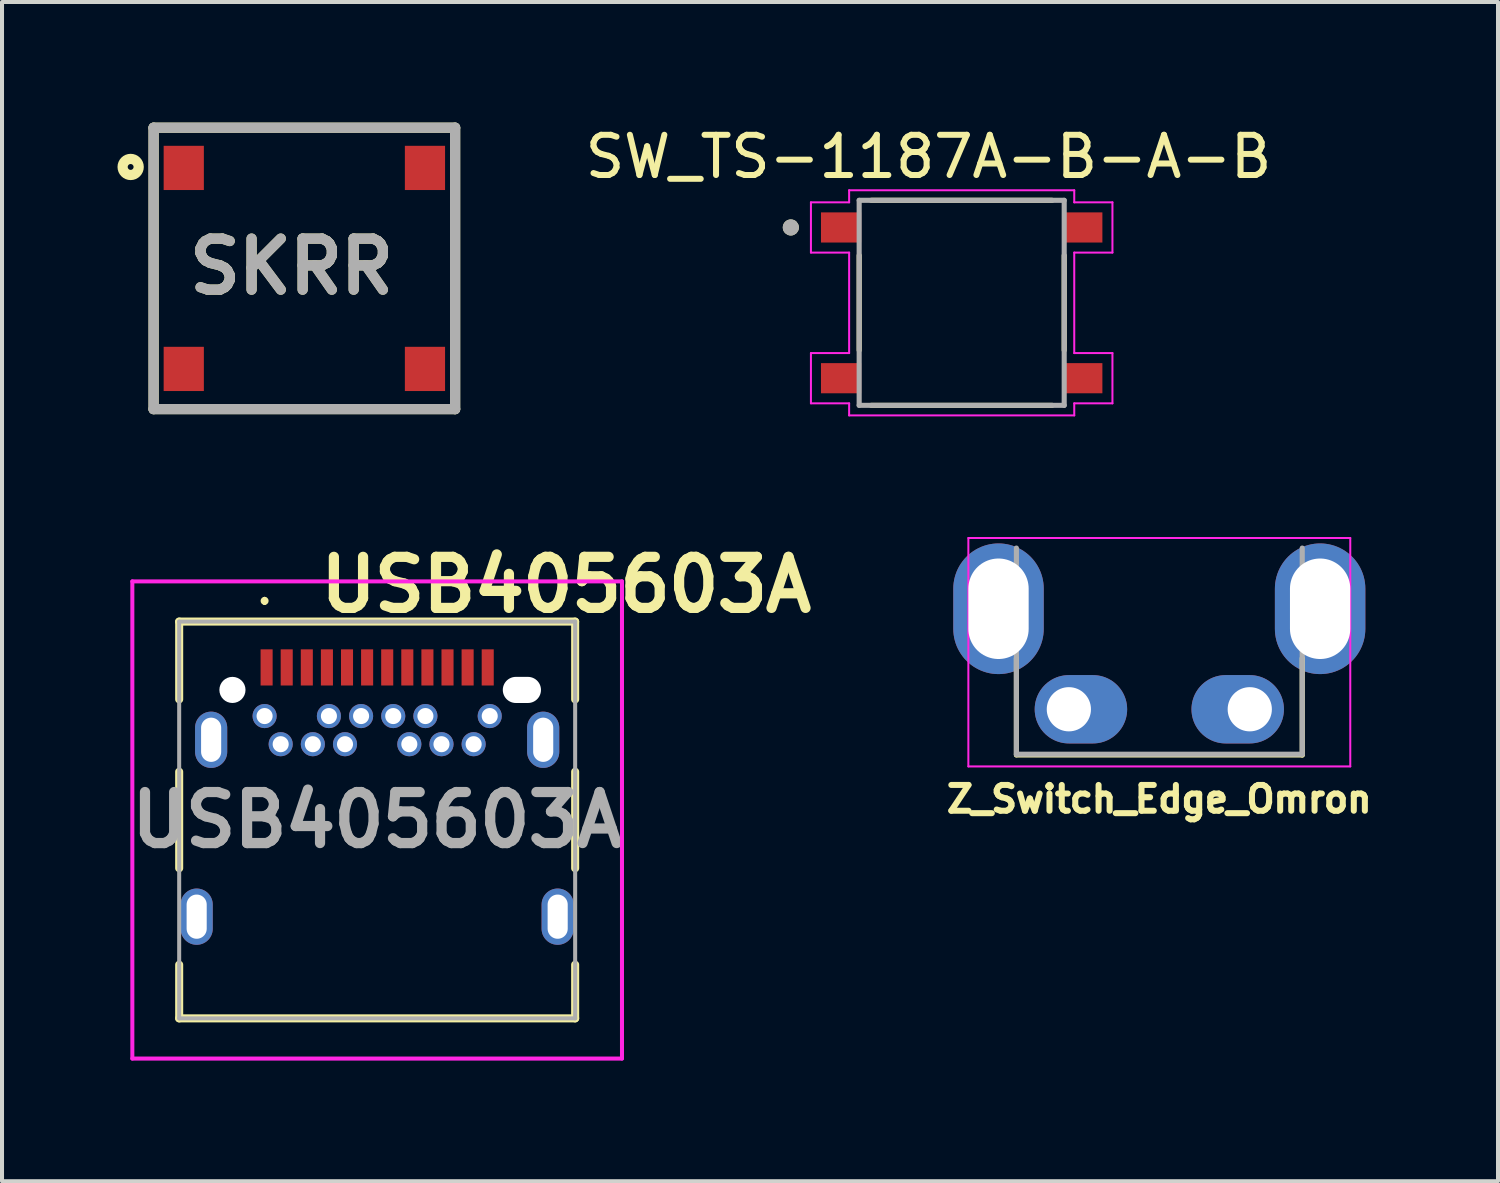
<source format=kicad_pcb>
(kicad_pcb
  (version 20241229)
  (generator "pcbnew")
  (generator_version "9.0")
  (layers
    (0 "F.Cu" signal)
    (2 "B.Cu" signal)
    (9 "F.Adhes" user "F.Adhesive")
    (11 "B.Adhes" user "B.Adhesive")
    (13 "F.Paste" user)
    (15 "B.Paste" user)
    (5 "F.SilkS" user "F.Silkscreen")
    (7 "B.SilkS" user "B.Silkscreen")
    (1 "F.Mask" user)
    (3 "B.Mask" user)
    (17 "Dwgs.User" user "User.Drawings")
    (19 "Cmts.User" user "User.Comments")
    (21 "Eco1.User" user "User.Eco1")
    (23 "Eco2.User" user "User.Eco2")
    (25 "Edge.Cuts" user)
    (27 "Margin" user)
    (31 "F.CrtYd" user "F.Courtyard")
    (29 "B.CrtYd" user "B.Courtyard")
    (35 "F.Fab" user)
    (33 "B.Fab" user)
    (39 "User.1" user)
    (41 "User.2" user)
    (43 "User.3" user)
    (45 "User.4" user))
  (footprint "SKRR"
    (layer "F.Cu")
    (at 4.521 3.627)
    (property "Reference" "SKRR" (at -0.315 -0.046 0) (layer "F.SilkS") (effects (font (size 1.27 1.27) (thickness 0.254))))
    (attr smd)
    (fp_line (start -3.75 -3.5) (end -3.75 3.5) (stroke (width 0.254) (type solid)) (layer "F.SilkS"))
    (fp_line (start -3.75 3.5) (end 3.75 3.5) (stroke (width 0.254) (type solid)) (layer "F.SilkS"))
    (fp_line (start 3.75 -3.5) (end -3.75 -3.5) (stroke (width 0.254) (type solid)) (layer "F.SilkS"))
    (fp_line (start 3.75 3.5) (end 3.75 -3.5) (stroke (width 0.254) (type solid)) (layer "F.SilkS"))
    (fp_circle (center -4.321 -2.524) (end -4.321 -2.451) (stroke (width 0.254) (type solid)) (fill no) (layer "F.SilkS"))
    (fp_line (start -3.75 -3.5) (end 3.75 -3.5) (stroke (width 0.254) (type solid)) (layer "F.Fab"))
    (fp_line (start -3.75 3.5) (end -3.75 -3.5) (stroke (width 0.254) (type solid)) (layer "F.Fab"))
    (fp_line (start 3.75 -3.5) (end 3.75 3.5) (stroke (width 0.254) (type solid)) (layer "F.Fab"))
    (fp_line (start 3.75 3.5) (end -3.75 3.5) (stroke (width 0.254) (type solid)) (layer "F.Fab"))
    (fp_text user "${REFERENCE}" (at -0.315 -0.046 0) (layer "F.Fab") (effects (font (size 1.27 1.27) (thickness 0.254))))
    (pad "1" smd rect (at -3 -2.5) (size 1 1.1) (layers "F.Cu" "F.Mask" "F.Paste"))
    (pad "2" smd rect (at -3 2.5) (size 1 1.1) (layers "F.Cu" "F.Mask" "F.Paste"))
    (pad "3" smd rect (at 3 -2.5) (size 1 1.1) (layers "F.Cu" "F.Mask" "F.Paste"))
    (pad "4" smd rect (at 3 2.5) (size 1 1.1) (layers "F.Cu" "F.Mask" "F.Paste")))
  (footprint "USB405603A"
    (layer "F.Cu")
    (at 6.332 19.752)
    (property "Reference" "USB405603A" (at 4.699 -8.255 0) (layer "F.SilkS") (effects (font (size 1.27 1.27) (thickness 0.254))))
    (attr through_hole)
    (fp_line (start -4.925 -7.34) (end 4.925 -7.34) (stroke (width 0.2) (type solid)) (layer "F.SilkS"))
    (fp_line (start -4.925 -5.405) (end -4.925 -7.34) (stroke (width 0.2) (type solid)) (layer "F.SilkS"))
    (fp_line (start -4.925 -3.605) (end -4.925 -1.205) (stroke (width 0.2) (type solid)) (layer "F.SilkS"))
    (fp_line (start -4.925 1.195) (end -4.925 2.53) (stroke (width 0.2) (type solid)) (layer "F.SilkS"))
    (fp_line (start -4.925 2.53) (end 4.925 2.53) (stroke (width 0.2) (type solid)) (layer "F.SilkS"))
    (fp_line (start -2.8 -7.905) (end -2.8 -7.905) (stroke (width 0.1) (type solid)) (layer "F.SilkS"))
    (fp_line (start -2.8 -7.805) (end -2.8 -7.805) (stroke (width 0.1) (type solid)) (layer "F.SilkS"))
    (fp_line (start 4.925 -7.34) (end 4.925 -5.405) (stroke (width 0.2) (type solid)) (layer "F.SilkS"))
    (fp_line (start 4.925 -1.205) (end 4.925 -3.605) (stroke (width 0.2) (type solid)) (layer "F.SilkS"))
    (fp_line (start 4.925 2.53) (end 4.925 1.195) (stroke (width 0.2) (type solid)) (layer "F.SilkS"))
    (fp_arc (start -2.8 -7.905) (mid -2.75 -7.855) (end -2.8 -7.805) (stroke (width 0.1) (type solid)) (layer "F.SilkS"))
    (fp_arc (start -2.8 -7.805) (mid -2.85 -7.855) (end -2.8 -7.905) (stroke (width 0.1) (type solid)) (layer "F.SilkS"))
    (fp_line (start -6.09 -8.34) (end 6.09 -8.34) (stroke (width 0.1) (type solid)) (layer "F.CrtYd"))
    (fp_line (start -6.09 3.53) (end -6.09 -8.34) (stroke (width 0.1) (type solid)) (layer "F.CrtYd"))
    (fp_line (start 6.09 -8.34) (end 6.09 3.53) (stroke (width 0.1) (type solid)) (layer "F.CrtYd"))
    (fp_line (start 6.09 3.53) (end -6.09 3.53) (stroke (width 0.1) (type solid)) (layer "F.CrtYd"))
    (fp_line (start -4.925 -7.34) (end 4.925 -7.34) (stroke (width 0.1) (type solid)) (layer "F.Fab"))
    (fp_line (start -4.925 2.53) (end -4.925 -7.34) (stroke (width 0.1) (type solid)) (layer "F.Fab"))
    (fp_line (start 4.925 -7.34) (end 4.925 2.53) (stroke (width 0.1) (type solid)) (layer "F.Fab"))
    (fp_line (start 4.925 2.53) (end -4.925 2.53) (stroke (width 0.1) (type solid)) (layer "F.Fab"))
    (fp_text user "${REFERENCE}" (at 0 -2.405 0) (layer "F.Fab") (effects (font (size 1.27 1.27) (thickness 0.254))))
    (pad "" np_thru_hole circle (at -3.6 -5.64) (size 0.65 0.65) (drill 0.65) (layers "*.Cu" "*.Mask"))
    (pad "" np_thru_hole oval (at 3.6 -5.64) (size 0.95 0.65) (drill oval 0.95 0.65) (layers "*.Cu" "*.Mask"))
    (pad "A1" smd rect (at -2.75 -6.2) (size 0.3 0.9) (layers "F.Cu" "F.Mask" "F.Paste"))
    (pad "A2" smd rect (at -2.25 -6.2) (size 0.3 0.9) (layers "F.Cu" "F.Mask" "F.Paste"))
    (pad "A3" smd rect (at -1.75 -6.2) (size 0.3 0.9) (layers "F.Cu" "F.Mask" "F.Paste"))
    (pad "A4" smd rect (at -1.25 -6.2) (size 0.3 0.9) (layers "F.Cu" "F.Mask" "F.Paste"))
    (pad "A5" smd rect (at -0.75 -6.2) (size 0.3 0.9) (layers "F.Cu" "F.Mask" "F.Paste"))
    (pad "A6" smd rect (at -0.25 -6.2) (size 0.3 0.9) (layers "F.Cu" "F.Mask" "F.Paste"))
    (pad "A7" smd rect (at 0.25 -6.2) (size 0.3 0.9) (layers "F.Cu" "F.Mask" "F.Paste"))
    (pad "A8" smd rect (at 0.75 -6.2) (size 0.3 0.9) (layers "F.Cu" "F.Mask" "F.Paste"))
    (pad "A9" smd rect (at 1.25 -6.2) (size 0.3 0.9) (layers "F.Cu" "F.Mask" "F.Paste"))
    (pad "A10" smd rect (at 1.75 -6.2) (size 0.3 0.9) (layers "F.Cu" "F.Mask" "F.Paste"))
    (pad "A11" smd rect (at 2.25 -6.2) (size 0.3 0.9) (layers "F.Cu" "F.Mask" "F.Paste"))
    (pad "A12" smd rect (at 2.75 -6.2) (size 0.3 0.9) (layers "F.Cu" "F.Mask" "F.Paste"))
    (pad "B1" thru_hole circle (at 2.8 -4.99) (size 0.6 0.6) (drill 0.4) (layers "*.Cu" "*.Mask"))
    (pad "B2" thru_hole circle (at 2.4 -4.29) (size 0.6 0.6) (drill 0.4) (layers "*.Cu" "*.Mask"))
    (pad "B3" thru_hole circle (at 1.6 -4.29) (size 0.6 0.6) (drill 0.4) (layers "*.Cu" "*.Mask"))
    (pad "B4" thru_hole circle (at 1.2 -4.99) (size 0.6 0.6) (drill 0.4) (layers "*.Cu" "*.Mask"))
    (pad "B5" thru_hole circle (at 0.8 -4.29) (size 0.6 0.6) (drill 0.4) (layers "*.Cu" "*.Mask"))
    (pad "B6" thru_hole circle (at 0.4 -4.99) (size 0.6 0.6) (drill 0.4) (layers "*.Cu" "*.Mask"))
    (pad "B7" thru_hole circle (at -0.4 -4.99) (size 0.6 0.6) (drill 0.4) (layers "*.Cu" "*.Mask"))
    (pad "B8" thru_hole circle (at -0.8 -4.29) (size 0.6 0.6) (drill 0.4) (layers "*.Cu" "*.Mask"))
    (pad "B9" thru_hole circle (at -1.2 -4.99) (size 0.6 0.6) (drill 0.4) (layers "*.Cu" "*.Mask"))
    (pad "B10" thru_hole circle (at -1.6 -4.29) (size 0.6 0.6) (drill 0.4) (layers "*.Cu" "*.Mask"))
    (pad "B11" thru_hole circle (at -2.4 -4.29) (size 0.6 0.6) (drill 0.4) (layers "*.Cu" "*.Mask"))
    (pad "B12" thru_hole circle (at -2.8 -4.99) (size 0.6 0.6) (drill 0.4) (layers "*.Cu" "*.Mask"))
    (pad "MH1" thru_hole oval (at -4.13 -4.4) (size 0.8 1.4) (drill oval 0.5 1.1) (layers "*.Cu" "*.Mask"))
    (pad "MH2" thru_hole oval (at 4.13 -4.4) (size 0.8 1.4) (drill oval 0.5 1.1) (layers "*.Cu" "*.Mask"))
    (pad "MH3" thru_hole oval (at 4.49 0) (size 0.8 1.4) (drill oval 0.5 1.1) (layers "*.Cu" "*.Mask"))
    (pad "MH4" thru_hole oval (at -4.49 0) (size 0.8 1.4) (drill oval 0.5 1.1) (layers "*.Cu" "*.Mask")))
  (footprint "Z_Switch_Edge_Omron"
    (layer "F.Cu")
    (at 25.788 14.593)
    (property "Reference" "Z_Switch_Edge_Omron" (at 0 2.235 0) (layer "F.SilkS") (effects (font (size 0.641 0.641) (thickness 0.15))))
    (attr through_hole)
    (fp_line (start -3.555 -1.27) (end -3.555 1.133) (stroke (width 0.127) (type solid)) (layer "F.SilkS"))
    (fp_line (start -3.554 1.138) (end 3.556 1.138) (stroke (width 0.127) (type solid)) (layer "F.SilkS"))
    (fp_line (start 3.556 1.138) (end 3.555 -1.27) (stroke (width 0.127) (type solid)) (layer "F.SilkS"))
    (fp_line (start -4.75 -4.26) (end -4.75 1.422) (stroke (width 0.05) (type solid)) (layer "F.CrtYd"))
    (fp_line (start -4.75 1.422) (end 4.75 1.422) (stroke (width 0.05) (type solid)) (layer "F.CrtYd"))
    (fp_line (start 4.75 -4.26) (end -4.75 -4.26) (stroke (width 0.05) (type solid)) (layer "F.CrtYd"))
    (fp_line (start 4.75 1.422) (end 4.75 -4.26) (stroke (width 0.05) (type solid)) (layer "F.CrtYd"))
    (fp_line (start -3.555 -4.01) (end -3.555 1.118) (stroke (width 0.127) (type solid)) (layer "F.Fab"))
    (fp_line (start -3.555 1.118) (end 3.555 1.118) (stroke (width 0.127) (type solid)) (layer "F.Fab"))
    (fp_line (start 3.555 1.118) (end 3.555 -4.01) (stroke (width 0.127) (type solid)) (layer "F.Fab"))
    (pad "" thru_hole oval (at -4 -2.5) (size 2.25 3.25) (drill oval 1.5 2.5) (layers "*.Cu" "*.Mask" "F.Paste"))
    (pad "" thru_hole oval (at 4 -2.5) (size 2.25 3.25) (drill oval 1.5 2.5) (layers "*.Cu" "*.Mask" "F.Paste"))
    (pad "1" thru_hole oval (at -2.25 0) (size 2.3 1.7) (drill 1.1 (offset 0.3 0)) (layers "*.Cu" "*.Mask" "F.Paste"))
    (pad "2" thru_hole oval (at 2.25 0) (size 2.3 1.7) (drill 1.1 (offset -0.3 0)) (layers "*.Cu" "*.Mask" "F.Paste")))
  (footprint "SW_TS-1187A-B-A-B"
    (layer "F.Cu")
    (at 20.872 4.483)
    (property "Reference" "SW_TS-1187A-B-A-B" (at -0.825 -3.635 180) (layer "F.SilkS") (effects (font (size 1 1) (thickness 0.15))))
    (attr through_hole)
    (fp_line (start -2.55 -1.18) (end -2.55 1.18) (stroke (width 0.127) (type solid)) (layer "F.SilkS"))
    (fp_line (start 2.25 -2.55) (end -2.25 -2.55) (stroke (width 0.127) (type solid)) (layer "F.SilkS"))
    (fp_line (start 2.25 2.55) (end -2.25 2.55) (stroke (width 0.127) (type solid)) (layer "F.SilkS"))
    (fp_line (start 2.55 1.18) (end 2.55 -1.18) (stroke (width 0.127) (type solid)) (layer "F.SilkS"))
    (fp_circle (center -4.25 -1.875) (end -4.15 -1.875) (stroke (width 0.2) (type solid)) (fill no) (layer "F.SilkS"))
    (fp_line (start -3.75 -2.5) (end -3.75 -1.25) (stroke (width 0.05) (type solid)) (layer "F.CrtYd"))
    (fp_line (start -3.75 -2.5) (end -2.8 -2.5) (stroke (width 0.05) (type solid)) (layer "F.CrtYd"))
    (fp_line (start -3.75 -1.25) (end -2.8 -1.25) (stroke (width 0.05) (type solid)) (layer "F.CrtYd"))
    (fp_line (start -3.75 1.25) (end -2.8 1.25) (stroke (width 0.05) (type solid)) (layer "F.CrtYd"))
    (fp_line (start -3.75 2.5) (end -3.75 1.25) (stroke (width 0.05) (type solid)) (layer "F.CrtYd"))
    (fp_line (start -3.75 2.5) (end -2.8 2.5) (stroke (width 0.05) (type solid)) (layer "F.CrtYd"))
    (fp_line (start -2.8 -2.8) (end -2.8 -2.5) (stroke (width 0.05) (type solid)) (layer "F.CrtYd"))
    (fp_line (start -2.8 -1.25) (end -2.8 1.25) (stroke (width 0.05) (type solid)) (layer "F.CrtYd"))
    (fp_line (start -2.8 2.8) (end -2.8 2.5) (stroke (width 0.05) (type solid)) (layer "F.CrtYd"))
    (fp_line (start -2.8 2.8) (end 2.8 2.8) (stroke (width 0.05) (type solid)) (layer "F.CrtYd"))
    (fp_line (start 2.8 -2.8) (end -2.8 -2.8) (stroke (width 0.05) (type solid)) (layer "F.CrtYd"))
    (fp_line (start 2.8 -2.8) (end 2.8 -2.5) (stroke (width 0.05) (type solid)) (layer "F.CrtYd"))
    (fp_line (start 2.8 -1.25) (end 2.8 1.25) (stroke (width 0.05) (type solid)) (layer "F.CrtYd"))
    (fp_line (start 2.8 2.8) (end 2.8 2.5) (stroke (width 0.05) (type solid)) (layer "F.CrtYd"))
    (fp_line (start 3.75 -2.5) (end 2.8 -2.5) (stroke (width 0.05) (type solid)) (layer "F.CrtYd"))
    (fp_line (start 3.75 -2.5) (end 3.75 -1.25) (stroke (width 0.05) (type solid)) (layer "F.CrtYd"))
    (fp_line (start 3.75 -1.25) (end 2.8 -1.25) (stroke (width 0.05) (type solid)) (layer "F.CrtYd"))
    (fp_line (start 3.75 1.25) (end 2.8 1.25) (stroke (width 0.05) (type solid)) (layer "F.CrtYd"))
    (fp_line (start 3.75 2.5) (end 2.8 2.5) (stroke (width 0.05) (type solid)) (layer "F.CrtYd"))
    (fp_line (start 3.75 2.5) (end 3.75 1.25) (stroke (width 0.05) (type solid)) (layer "F.CrtYd"))
    (fp_line (start -2.55 -2.55) (end -2.55 2.55) (stroke (width 0.127) (type solid)) (layer "F.Fab"))
    (fp_line (start -2.55 2.55) (end 2.55 2.55) (stroke (width 0.127) (type solid)) (layer "F.Fab"))
    (fp_line (start 2.55 -2.55) (end -2.55 -2.55) (stroke (width 0.127) (type solid)) (layer "F.Fab"))
    (fp_line (start 2.55 2.55) (end 2.55 -2.55) (stroke (width 0.127) (type solid)) (layer "F.Fab"))
    (fp_circle (center -4.25 -1.875) (end -4.15 -1.875) (stroke (width 0.2) (type solid)) (fill no) (layer "F.Fab"))
    (pad "A" smd rect (at -3 -1.875) (size 1 0.75) (layers "F.Cu" "F.Mask" "F.Paste"))
    (pad "B" smd rect (at 3 -1.875) (size 1 0.75) (layers "F.Cu" "F.Mask" "F.Paste"))
    (pad "C" smd rect (at -3 1.875) (size 1 0.75) (layers "F.Cu" "F.Mask" "F.Paste"))
    (pad "D" smd rect (at 3 1.875) (size 1 0.75) (layers "F.Cu" "F.Mask" "F.Paste")))
  (gr_rect
    (start -3 -3)
    (end 34.213 26.332)
    (stroke (width 0.1) (type default))
    (fill no)
    (layer "Edge.Cuts")))
</source>
